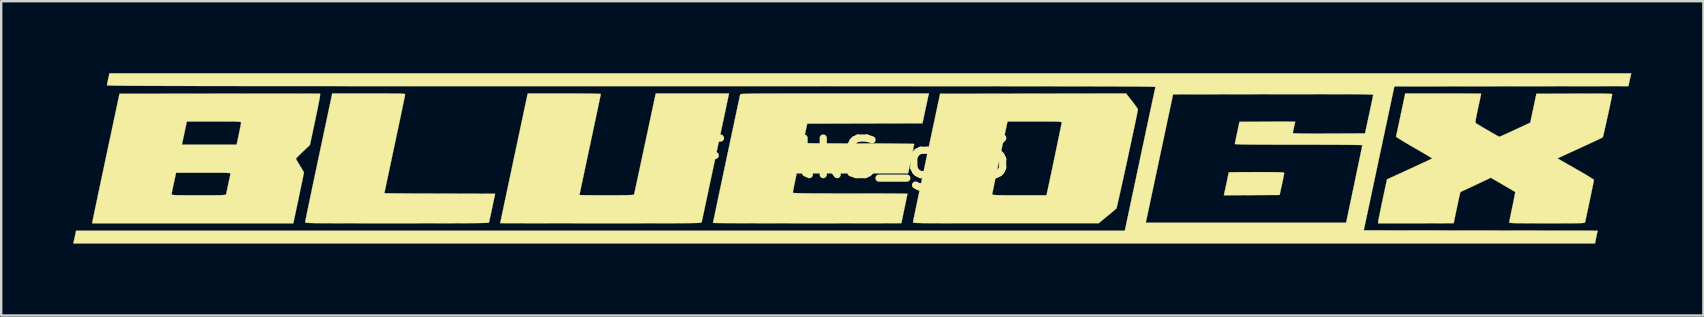
<source format=kicad_pcb>
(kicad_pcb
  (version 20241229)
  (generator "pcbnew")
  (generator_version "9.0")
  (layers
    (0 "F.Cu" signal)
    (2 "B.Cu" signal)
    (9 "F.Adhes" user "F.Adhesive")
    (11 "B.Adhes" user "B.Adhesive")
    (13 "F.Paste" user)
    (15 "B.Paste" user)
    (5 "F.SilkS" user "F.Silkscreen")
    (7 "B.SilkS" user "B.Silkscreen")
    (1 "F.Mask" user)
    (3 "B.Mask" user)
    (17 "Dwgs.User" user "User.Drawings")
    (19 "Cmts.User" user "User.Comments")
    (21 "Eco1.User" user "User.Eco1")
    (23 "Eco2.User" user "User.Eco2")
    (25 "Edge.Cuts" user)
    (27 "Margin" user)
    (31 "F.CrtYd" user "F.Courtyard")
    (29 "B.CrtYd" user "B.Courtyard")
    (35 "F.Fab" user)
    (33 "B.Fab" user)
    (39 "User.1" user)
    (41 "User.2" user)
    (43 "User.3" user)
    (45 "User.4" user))
  (footprint "F.SilkS_g33"
    (layer "F.Cu")
    (at 32.446 3.536)
    (property "Reference" "F.SilkS_g33" (at 0 0 0) (layer "F.SilkS") (effects (font (size 1.524 1.524) (thickness 0.3))))
    (attr through_hole)
    (fp_poly (pts (xy 17.126 0.584) (xy 17.352 0.585) (xy 17.536 0.586) (xy 17.682 0.587) (xy 17.795 0.589) (xy 17.878 0.593) (xy 17.936 0.597) (xy 17.974 0.603) (xy 17.996 0.61) (xy 18.005 0.619) (xy 18.007 0.629) (xy 18.001 0.667) (xy 17.987 0.746) (xy 17.964 0.857) (xy 17.936 0.99) (xy 17.911 1.105) (xy 17.817 1.537) (xy 16.655 1.543) (xy 15.493 1.55) (xy 15.506 1.493) (xy 15.519 1.435) (xy 15.539 1.344) (xy 15.563 1.23) (xy 15.591 1.103) (xy 15.619 0.973) (xy 15.645 0.848) (xy 15.668 0.738) (xy 15.686 0.654) (xy 15.696 0.604) (xy 15.697 0.595) (xy 15.722 0.593) (xy 15.792 0.591) (xy 15.903 0.589) (xy 16.05 0.587) (xy 16.227 0.586) (xy 16.43 0.585) (xy 16.654 0.584) (xy 16.853 0.584) (xy 17.126 0.584)) (stroke (width 0.01) (type solid)) (fill yes) (layer "F.SilkS"))
    (fp_poly (pts (xy -19.821 -2.692) (xy -19.552 -2.692) (xy -19.326 -2.691) (xy -19.14 -2.69) (xy -18.989 -2.689) (xy -18.87 -2.687) (xy -18.78 -2.684) (xy -18.714 -2.68) (xy -18.669 -2.675) (xy -18.64 -2.669) (xy -18.625 -2.662) (xy -18.619 -2.653) (xy -18.618 -2.648) (xy -18.623 -2.617) (xy -18.639 -2.54) (xy -18.663 -2.42) (xy -18.695 -2.263) (xy -18.735 -2.071) (xy -18.781 -1.848) (xy -18.834 -1.598) (xy -18.891 -1.326) (xy -18.953 -1.033) (xy -19.018 -0.726) (xy -19.05 -0.576) (xy -19.117 -0.263) (xy -19.18 0.035) (xy -19.24 0.315) (xy -19.294 0.574) (xy -19.344 0.806) (xy -19.387 1.01) (xy -19.423 1.18) (xy -19.451 1.313) (xy -19.47 1.407) (xy -19.481 1.455) (xy -19.482 1.462) (xy -19.457 1.464) (xy -19.385 1.466) (xy -19.269 1.467) (xy -19.113 1.469) (xy -18.921 1.471) (xy -18.696 1.472) (xy -18.441 1.474) (xy -18.161 1.476) (xy -17.858 1.477) (xy -17.536 1.478) (xy -17.2 1.479) (xy -17.175 1.479) (xy -14.867 1.486) (xy -14.99 2.07) (xy -15.025 2.237) (xy -15.058 2.388) (xy -15.086 2.515) (xy -15.107 2.613) (xy -15.121 2.672) (xy -15.125 2.686) (xy -15.136 2.69) (xy -15.166 2.695) (xy -15.219 2.698) (xy -15.295 2.701) (xy -15.397 2.704) (xy -15.527 2.707) (xy -15.686 2.709) (xy -15.878 2.711) (xy -16.103 2.713) (xy -16.365 2.714) (xy -16.665 2.715) (xy -17.004 2.716) (xy -17.386 2.717) (xy -17.812 2.717) (xy -18.283 2.718) (xy -18.804 2.718) (xy -18.96 2.718) (xy -19.476 2.718) (xy -19.943 2.718) (xy -20.364 2.718) (xy -20.742 2.717) (xy -21.078 2.717) (xy -21.375 2.716) (xy -21.636 2.715) (xy -21.862 2.714) (xy -22.057 2.713) (xy -22.223 2.711) (xy -22.361 2.71) (xy -22.475 2.707) (xy -22.566 2.705) (xy -22.638 2.702) (xy -22.692 2.698) (xy -22.731 2.695) (xy -22.758 2.69) (xy -22.774 2.685) (xy -22.782 2.68) (xy -22.784 2.674) (xy -22.784 2.673) (xy -22.779 2.643) (xy -22.764 2.566) (xy -22.739 2.446) (xy -22.707 2.286) (xy -22.666 2.09) (xy -22.618 1.861) (xy -22.564 1.601) (xy -22.504 1.315) (xy -22.439 1.005) (xy -22.369 0.676) (xy -22.296 0.329) (xy -22.22 -0.031) (xy -22.22 -0.032) (xy -21.655 -2.692) (xy -20.137 -2.692) (xy -19.821 -2.692)) (stroke (width 0.01) (type solid)) (fill yes) (layer "F.SilkS"))
    (fp_poly (pts (xy 11.665 -2.377) (xy 11.75 -2.267) (xy 11.822 -2.17) (xy 11.876 -2.093) (xy 11.907 -2.043) (xy 11.913 -2.03) (xy 11.907 -1.994) (xy 11.892 -1.913) (xy 11.868 -1.792) (xy 11.836 -1.636) (xy 11.797 -1.449) (xy 11.752 -1.236) (xy 11.702 -1.001) (xy 11.648 -0.748) (xy 11.591 -0.482) (xy 11.532 -0.209) (xy 11.472 0.069) (xy 11.412 0.347) (xy 11.352 0.619) (xy 11.295 0.882) (xy 11.24 1.13) (xy 11.189 1.36) (xy 11.142 1.567) (xy 11.102 1.747) (xy 11.068 1.894) (xy 11.042 2.006) (xy 11.024 2.076) (xy 11.016 2.1) (xy 10.987 2.125) (xy 10.926 2.177) (xy 10.84 2.25) (xy 10.734 2.337) (xy 10.63 2.423) (xy 10.274 2.717) (xy 6.407 2.717) (xy 5.889 2.717) (xy 5.418 2.717) (xy 4.994 2.717) (xy 4.614 2.717) (xy 4.275 2.717) (xy 3.975 2.716) (xy 3.711 2.715) (xy 3.482 2.714) (xy 3.284 2.713) (xy 3.116 2.711) (xy 2.976 2.71) (xy 2.86 2.707) (xy 2.766 2.705) (xy 2.693 2.702) (xy 2.637 2.699) (xy 2.597 2.695) (xy 2.569 2.691) (xy 2.552 2.686) (xy 2.544 2.681) (xy 2.541 2.675) (xy 2.541 2.673) (xy 2.546 2.643) (xy 2.561 2.566) (xy 2.586 2.446) (xy 2.619 2.287) (xy 2.66 2.09) (xy 2.708 1.861) (xy 2.762 1.601) (xy 2.782 1.508) (xy 5.842 1.508) (xy 5.846 1.518) (xy 5.859 1.526) (xy 5.888 1.533) (xy 5.934 1.538) (xy 6.004 1.542) (xy 6.102 1.545) (xy 6.231 1.547) (xy 6.396 1.548) (xy 6.602 1.549) (xy 6.852 1.549) (xy 6.972 1.549) (xy 8.102 1.549) (xy 8.115 1.492) (xy 8.132 1.418) (xy 8.156 1.304) (xy 8.188 1.157) (xy 8.226 0.981) (xy 8.268 0.783) (xy 8.314 0.566) (xy 8.362 0.338) (xy 8.411 0.102) (xy 8.461 -0.136) (xy 8.51 -0.37) (xy 8.557 -0.596) (xy 8.601 -0.807) (xy 8.641 -0.998) (xy 8.675 -1.165) (xy 8.703 -1.302) (xy 8.723 -1.404) (xy 8.735 -1.464) (xy 8.738 -1.48) (xy 8.735 -1.49) (xy 8.724 -1.499) (xy 8.702 -1.506) (xy 8.662 -1.512) (xy 8.601 -1.516) (xy 8.515 -1.519) (xy 8.399 -1.521) (xy 8.248 -1.523) (xy 8.059 -1.524) (xy 7.828 -1.524) (xy 7.61 -1.524) (xy 6.483 -1.524) (xy 6.468 -1.467) (xy 6.456 -1.414) (xy 6.435 -1.319) (xy 6.407 -1.188) (xy 6.372 -1.026) (xy 6.332 -0.838) (xy 6.287 -0.63) (xy 6.24 -0.407) (xy 6.191 -0.175) (xy 6.141 0.062) (xy 6.091 0.298) (xy 6.043 0.527) (xy 5.998 0.745) (xy 5.956 0.946) (xy 5.919 1.124) (xy 5.888 1.275) (xy 5.864 1.392) (xy 5.848 1.471) (xy 5.842 1.507) (xy 5.842 1.508) (xy 2.782 1.508) (xy 2.822 1.315) (xy 2.888 1.006) (xy 2.957 0.676) (xy 3.031 0.33) (xy 3.106 -0.025) (xy 3.671 -2.68) (xy 11.418 -2.693) (xy 11.665 -2.377)) (stroke (width 0.01) (type solid)) (fill yes) (layer "F.SilkS"))
    (fp_poly (pts (xy -23.873 -2.688) (xy -23.538 -2.688) (xy -23.234 -2.688) (xy -22.962 -2.687) (xy -22.725 -2.687) (xy -22.525 -2.686) (xy -22.367 -2.685) (xy -22.251 -2.684) (xy -22.181 -2.683) (xy -22.159 -2.682) (xy -22.157 -2.655) (xy -22.166 -2.578) (xy -22.187 -2.454) (xy -22.219 -2.283) (xy -22.262 -2.066) (xy -22.316 -1.804) (xy -22.357 -1.609) (xy -22.583 -0.546) (xy -22.874 -0.271) (xy -22.973 -0.175) (xy -23.058 -0.091) (xy -23.122 -0.025) (xy -23.158 0.017) (xy -23.165 0.028) (xy -23.152 0.058) (xy -23.117 0.121) (xy -23.065 0.208) (xy -23.002 0.311) (xy -23 0.315) (xy -22.936 0.418) (xy -22.884 0.506) (xy -22.848 0.569) (xy -22.834 0.6) (xy -22.834 0.6) (xy -22.839 0.629) (xy -22.853 0.702) (xy -22.876 0.815) (xy -22.906 0.961) (xy -22.942 1.136) (xy -22.984 1.334) (xy -23.029 1.55) (xy -23.054 1.67) (xy -23.276 2.718) (xy -31.654 2.718) (xy -31.637 2.61) (xy -31.63 2.571) (xy -31.612 2.485) (xy -31.586 2.357) (xy -31.551 2.189) (xy -31.508 1.985) (xy -31.458 1.749) (xy -31.407 1.506) (xy -28.346 1.506) (xy -28.344 1.516) (xy -28.332 1.525) (xy -28.307 1.532) (xy -28.266 1.537) (xy -28.202 1.542) (xy -28.112 1.545) (xy -27.992 1.547) (xy -27.837 1.548) (xy -27.643 1.549) (xy -27.406 1.549) (xy -27.218 1.549) (xy -26.948 1.549) (xy -26.725 1.549) (xy -26.544 1.548) (xy -26.401 1.546) (xy -26.29 1.544) (xy -26.208 1.54) (xy -26.151 1.536) (xy -26.113 1.53) (xy -26.091 1.522) (xy -26.08 1.513) (xy -26.077 1.505) (xy -26.067 1.465) (xy -26.05 1.386) (xy -26.026 1.277) (xy -25.999 1.147) (xy -25.985 1.079) (xy -25.956 0.944) (xy -25.93 0.823) (xy -25.909 0.728) (xy -25.896 0.668) (xy -25.892 0.654) (xy -25.891 0.644) (xy -25.899 0.635) (xy -25.919 0.628) (xy -25.956 0.622) (xy -26.014 0.618) (xy -26.097 0.615) (xy -26.21 0.612) (xy -26.357 0.611) (xy -26.543 0.61) (xy -26.77 0.61) (xy -27.02 0.61) (xy -28.16 0.61) (xy -28.253 1.036) (xy -28.284 1.179) (xy -28.31 1.307) (xy -28.331 1.411) (xy -28.343 1.481) (xy -28.346 1.506) (xy -31.407 1.506) (xy -31.402 1.484) (xy -31.341 1.193) (xy -31.275 0.88) (xy -31.204 0.548) (xy -31.131 0.201) (xy -31.069 -0.089) (xy -30.969 -0.559) (xy -27.92 -0.559) (xy -25.638 -0.559) (xy -25.544 -0.999) (xy -25.514 -1.145) (xy -25.488 -1.275) (xy -25.467 -1.381) (xy -25.454 -1.453) (xy -25.451 -1.482) (xy -25.454 -1.492) (xy -25.467 -1.5) (xy -25.494 -1.507) (xy -25.539 -1.512) (xy -25.606 -1.517) (xy -25.701 -1.52) (xy -25.826 -1.522) (xy -25.987 -1.523) (xy -26.188 -1.524) (xy -26.433 -1.524) (xy -26.581 -1.524) (xy -27.71 -1.524) (xy -27.724 -1.467) (xy -27.733 -1.422) (xy -27.751 -1.339) (xy -27.775 -1.226) (xy -27.803 -1.096) (xy -27.814 -1.041) (xy -27.843 -0.907) (xy -27.868 -0.786) (xy -27.889 -0.689) (xy -27.903 -0.628) (xy -27.906 -0.616) (xy -27.92 -0.559) (xy -30.969 -0.559) (xy -30.518 -2.68) (xy -26.352 -2.686) (xy -25.896 -2.687) (xy -25.453 -2.687) (xy -25.027 -2.688) (xy -24.62 -2.688) (xy -24.234 -2.688) (xy -23.873 -2.688)) (stroke (width 0.01) (type solid)) (fill yes) (layer "F.SilkS"))
    (fp_poly (pts (xy -11.712 -2.692) (xy -11.453 -2.691) (xy -11.216 -2.689) (xy -11.003 -2.687) (xy -10.82 -2.685) (xy -10.67 -2.681) (xy -10.558 -2.678) (xy -10.488 -2.674) (xy -10.465 -2.67) (xy -10.47 -2.643) (xy -10.485 -2.569) (xy -10.509 -2.453) (xy -10.541 -2.299) (xy -10.581 -2.109) (xy -10.628 -1.888) (xy -10.68 -1.64) (xy -10.738 -1.367) (xy -10.8 -1.075) (xy -10.866 -0.766) (xy -10.909 -0.562) (xy -10.977 -0.245) (xy -11.041 0.058) (xy -11.102 0.343) (xy -11.158 0.607) (xy -11.208 0.844) (xy -11.253 1.053) (xy -11.29 1.229) (xy -11.319 1.369) (xy -11.34 1.469) (xy -11.352 1.525) (xy -11.354 1.536) (xy -11.329 1.539) (xy -11.259 1.542) (xy -11.148 1.544) (xy -11.002 1.546) (xy -10.825 1.547) (xy -10.623 1.549) (xy -10.401 1.549) (xy -10.223 1.549) (xy -9.941 1.549) (xy -9.706 1.548) (xy -9.515 1.546) (xy -9.364 1.544) (xy -9.249 1.54) (xy -9.166 1.536) (xy -9.113 1.53) (xy -9.086 1.523) (xy -9.08 1.518) (xy -9.073 1.488) (xy -9.056 1.413) (xy -9.03 1.296) (xy -8.996 1.14) (xy -8.955 0.95) (xy -8.908 0.728) (xy -8.854 0.48) (xy -8.796 0.208) (xy -8.734 -0.083) (xy -8.668 -0.391) (xy -8.635 -0.546) (xy -8.568 -0.86) (xy -8.504 -1.161) (xy -8.443 -1.445) (xy -8.387 -1.708) (xy -8.336 -1.945) (xy -8.292 -2.154) (xy -8.254 -2.33) (xy -8.224 -2.47) (xy -8.202 -2.57) (xy -8.19 -2.625) (xy -8.188 -2.635) (xy -8.173 -2.692) (xy -5.124 -2.692) (xy -5.141 -2.61) (xy -5.152 -2.557) (xy -5.172 -2.46) (xy -5.201 -2.324) (xy -5.237 -2.151) (xy -5.28 -1.948) (xy -5.329 -1.716) (xy -5.383 -1.461) (xy -5.442 -1.185) (xy -5.503 -0.894) (xy -5.568 -0.592) (xy -5.634 -0.281) (xy -5.7 0.034) (xy -5.767 0.348) (xy -5.833 0.659) (xy -5.898 0.961) (xy -5.96 1.252) (xy -6.018 1.526) (xy -6.072 1.78) (xy -6.121 2.011) (xy -6.165 2.214) (xy -6.201 2.384) (xy -6.23 2.519) (xy -6.251 2.614) (xy -6.262 2.665) (xy -6.264 2.673) (xy -6.268 2.679) (xy -6.276 2.684) (xy -6.292 2.689) (xy -6.318 2.693) (xy -6.356 2.697) (xy -6.408 2.701) (xy -6.476 2.704) (xy -6.564 2.706) (xy -6.672 2.708) (xy -6.804 2.71) (xy -6.961 2.712) (xy -7.147 2.714) (xy -7.362 2.715) (xy -7.61 2.716) (xy -7.893 2.716) (xy -8.213 2.717) (xy -8.572 2.717) (xy -8.973 2.718) (xy -9.418 2.718) (xy -9.908 2.718) (xy -10.448 2.718) (xy -10.467 2.718) (xy -10.924 2.718) (xy -11.367 2.718) (xy -11.794 2.717) (xy -12.201 2.717) (xy -12.586 2.717) (xy -12.947 2.716) (xy -13.281 2.716) (xy -13.585 2.715) (xy -13.857 2.714) (xy -14.093 2.713) (xy -14.292 2.713) (xy -14.45 2.712) (xy -14.565 2.711) (xy -14.635 2.71) (xy -14.656 2.709) (xy -14.651 2.683) (xy -14.636 2.612) (xy -14.612 2.499) (xy -14.58 2.348) (xy -14.541 2.163) (xy -14.496 1.948) (xy -14.445 1.707) (xy -14.389 1.444) (xy -14.33 1.163) (xy -14.267 0.867) (xy -14.202 0.562) (xy -14.136 0.25) (xy -14.07 -0.064) (xy -14.003 -0.376) (xy -13.938 -0.683) (xy -13.875 -0.98) (xy -13.815 -1.264) (xy -13.758 -1.53) (xy -13.706 -1.775) (xy -13.659 -1.994) (xy -13.619 -2.185) (xy -13.585 -2.342) (xy -13.56 -2.461) (xy -13.543 -2.54) (xy -13.536 -2.572) (xy -13.508 -2.692) (xy -11.986 -2.692) (xy -11.712 -2.692)) (stroke (width 0.01) (type solid)) (fill yes) (layer "F.SilkS"))
    (fp_poly (pts (xy 3.192 -2.637) (xy 3.182 -2.596) (xy 3.164 -2.514) (xy 3.139 -2.398) (xy 3.109 -2.256) (xy 3.074 -2.096) (xy 3.057 -2.014) (xy 2.937 -1.448) (xy 0.537 -1.442) (xy -1.864 -1.435) (xy -1.947 -1.054) (xy -1.976 -0.92) (xy -2.001 -0.802) (xy -2.019 -0.71) (xy -2.029 -0.654) (xy -2.031 -0.641) (xy -2.022 -0.636) (xy -1.992 -0.631) (xy -1.939 -0.626) (xy -1.86 -0.623) (xy -1.753 -0.619) (xy -1.615 -0.617) (xy -1.443 -0.615) (xy -1.236 -0.613) (xy -0.989 -0.612) (xy -0.701 -0.611) (xy -0.37 -0.61) (xy 0.009 -0.61) (xy 0.279 -0.61) (xy 0.617 -0.609) (xy 0.94 -0.609) (xy 1.245 -0.608) (xy 1.527 -0.606) (xy 1.784 -0.604) (xy 2.012 -0.602) (xy 2.208 -0.6) (xy 2.367 -0.597) (xy 2.486 -0.594) (xy 2.562 -0.591) (xy 2.591 -0.588) (xy 2.591 -0.588) (xy 2.586 -0.559) (xy 2.572 -0.49) (xy 2.551 -0.387) (xy 2.526 -0.261) (xy 2.496 -0.118) (xy 2.465 0.031) (xy 2.434 0.179) (xy 2.405 0.317) (xy 2.38 0.436) (xy 2.36 0.529) (xy 2.349 0.578) (xy 2.336 0.635) (xy -2.304 0.635) (xy -2.384 1.022) (xy -2.412 1.158) (xy -2.435 1.277) (xy -2.453 1.37) (xy -2.463 1.428) (xy -2.464 1.441) (xy -2.455 1.447) (xy -2.425 1.452) (xy -2.372 1.456) (xy -2.293 1.46) (xy -2.186 1.463) (xy -2.048 1.466) (xy -1.877 1.468) (xy -1.671 1.47) (xy -1.426 1.471) (xy -1.139 1.472) (xy -0.81 1.473) (xy -0.434 1.473) (xy -0.076 1.473) (xy 0.267 1.473) (xy 0.596 1.474) (xy 0.906 1.474) (xy 1.195 1.475) (xy 1.458 1.476) (xy 1.693 1.477) (xy 1.895 1.479) (xy 2.061 1.48) (xy 2.188 1.482) (xy 2.272 1.484) (xy 2.31 1.485) (xy 2.311 1.486) (xy 2.306 1.513) (xy 2.292 1.583) (xy 2.27 1.689) (xy 2.242 1.824) (xy 2.21 1.981) (xy 2.184 2.101) (xy 2.149 2.268) (xy 2.118 2.418) (xy 2.091 2.544) (xy 2.072 2.639) (xy 2.06 2.696) (xy 2.057 2.71) (xy 2.032 2.711) (xy 1.959 2.712) (xy 1.841 2.713) (xy 1.68 2.713) (xy 1.479 2.714) (xy 1.241 2.715) (xy 0.969 2.715) (xy 0.665 2.716) (xy 0.332 2.716) (xy -0.027 2.717) (xy -0.409 2.717) (xy -0.812 2.718) (xy -1.233 2.718) (xy -1.67 2.718) (xy -1.867 2.718) (xy -2.309 2.718) (xy -2.737 2.717) (xy -3.149 2.717) (xy -3.541 2.716) (xy -3.911 2.715) (xy -4.255 2.714) (xy -4.572 2.713) (xy -4.859 2.712) (xy -5.112 2.71) (xy -5.33 2.709) (xy -5.509 2.707) (xy -5.646 2.705) (xy -5.74 2.703) (xy -5.786 2.701) (xy -5.791 2.7) (xy -5.786 2.673) (xy -5.771 2.601) (xy -5.747 2.486) (xy -5.715 2.334) (xy -5.676 2.148) (xy -5.631 1.932) (xy -5.58 1.689) (xy -5.524 1.425) (xy -5.464 1.142) (xy -5.401 0.845) (xy -5.336 0.538) (xy -5.27 0.224) (xy -5.203 -0.092) (xy -5.136 -0.407) (xy -5.071 -0.716) (xy -5.007 -1.016) (xy -4.946 -1.303) (xy -4.889 -1.572) (xy -4.836 -1.821) (xy -4.788 -2.044) (xy -4.747 -2.238) (xy -4.712 -2.399) (xy -4.685 -2.524) (xy -4.667 -2.607) (xy -4.658 -2.646) (xy -4.658 -2.648) (xy -4.654 -2.654) (xy -4.645 -2.659) (xy -4.629 -2.664) (xy -4.603 -2.668) (xy -4.564 -2.672) (xy -4.511 -2.676) (xy -4.44 -2.679) (xy -4.351 -2.681) (xy -4.24 -2.684) (xy -4.104 -2.686) (xy -3.942 -2.687) (xy -3.752 -2.689) (xy -3.53 -2.69) (xy -3.275 -2.691) (xy -2.984 -2.691) (xy -2.655 -2.692) (xy -2.285 -2.692) (xy -1.873 -2.692) (xy -1.415 -2.692) (xy -0.909 -2.692) (xy -0.719 -2.692) (xy 3.206 -2.692) (xy 3.192 -2.637)) (stroke (width 0.01) (type solid)) (fill yes) (layer "F.SilkS"))
    (fp_poly (pts (xy 24.909 -2.692) (xy 25.171 -2.692) (xy 25.414 -2.691) (xy 25.633 -2.69) (xy 25.823 -2.689) (xy 25.98 -2.688) (xy 26.1 -2.686) (xy 26.179 -2.685) (xy 26.212 -2.683) (xy 26.213 -2.683) (xy 26.208 -2.657) (xy 26.193 -2.588) (xy 26.171 -2.483) (xy 26.142 -2.349) (xy 26.109 -2.194) (xy 26.085 -2.082) (xy 26.043 -1.889) (xy 26.013 -1.74) (xy 25.992 -1.629) (xy 25.981 -1.551) (xy 25.978 -1.5) (xy 25.983 -1.471) (xy 25.989 -1.461) (xy 26.023 -1.437) (xy 26.092 -1.394) (xy 26.187 -1.336) (xy 26.301 -1.268) (xy 26.426 -1.194) (xy 26.555 -1.12) (xy 26.679 -1.048) (xy 26.79 -0.985) (xy 26.882 -0.934) (xy 26.945 -0.901) (xy 26.972 -0.889) (xy 27.001 -0.899) (xy 27.069 -0.928) (xy 27.171 -0.974) (xy 27.301 -1.032) (xy 27.452 -1.101) (xy 27.617 -1.178) (xy 27.627 -1.182) (xy 28.258 -1.476) (xy 28.514 -2.68) (xy 30.094 -2.686) (xy 30.428 -2.687) (xy 30.715 -2.688) (xy 30.957 -2.688) (xy 31.157 -2.687) (xy 31.32 -2.686) (xy 31.448 -2.683) (xy 31.543 -2.68) (xy 31.61 -2.676) (xy 31.652 -2.67) (xy 31.671 -2.664) (xy 31.673 -2.661) (xy 31.667 -2.621) (xy 31.652 -2.539) (xy 31.629 -2.424) (xy 31.599 -2.282) (xy 31.565 -2.119) (xy 31.527 -1.942) (xy 31.487 -1.759) (xy 31.446 -1.576) (xy 31.407 -1.4) (xy 31.37 -1.238) (xy 31.338 -1.097) (xy 31.31 -0.983) (xy 31.29 -0.904) (xy 31.279 -0.867) (xy 31.278 -0.865) (xy 31.25 -0.849) (xy 31.182 -0.816) (xy 31.077 -0.765) (xy 30.941 -0.701) (xy 30.779 -0.626) (xy 30.596 -0.541) (xy 30.397 -0.45) (xy 30.328 -0.418) (xy 30.125 -0.325) (xy 29.938 -0.239) (xy 29.771 -0.163) (xy 29.628 -0.097) (xy 29.516 -0.045) (xy 29.437 -0.009) (xy 29.399 0.009) (xy 29.395 0.01) (xy 29.415 0.023) (xy 29.475 0.059) (xy 29.568 0.113) (xy 29.691 0.183) (xy 29.838 0.268) (xy 30.004 0.362) (xy 30.15 0.445) (xy 30.329 0.548) (xy 30.493 0.643) (xy 30.637 0.728) (xy 30.755 0.801) (xy 30.844 0.857) (xy 30.897 0.894) (xy 30.911 0.908) (xy 30.906 0.939) (xy 30.892 1.013) (xy 30.87 1.122) (xy 30.842 1.26) (xy 30.809 1.419) (xy 30.773 1.593) (xy 30.735 1.775) (xy 30.697 1.957) (xy 30.66 2.133) (xy 30.625 2.296) (xy 30.594 2.439) (xy 30.569 2.554) (xy 30.551 2.634) (xy 30.541 2.673) (xy 30.536 2.682) (xy 30.524 2.69) (xy 30.501 2.697) (xy 30.464 2.702) (xy 30.409 2.707) (xy 30.332 2.71) (xy 30.23 2.713) (xy 30.098 2.715) (xy 29.933 2.716) (xy 29.731 2.717) (xy 29.489 2.718) (xy 29.203 2.718) (xy 28.954 2.718) (xy 28.62 2.718) (xy 28.333 2.717) (xy 28.091 2.716) (xy 27.89 2.714) (xy 27.728 2.712) (xy 27.601 2.709) (xy 27.506 2.705) (xy 27.44 2.7) (xy 27.4 2.695) (xy 27.382 2.689) (xy 27.381 2.686) (xy 27.386 2.653) (xy 27.4 2.578) (xy 27.422 2.467) (xy 27.45 2.328) (xy 27.483 2.168) (xy 27.511 2.037) (xy 27.546 1.867) (xy 27.577 1.715) (xy 27.602 1.586) (xy 27.621 1.488) (xy 27.63 1.428) (xy 27.632 1.411) (xy 27.608 1.397) (xy 27.547 1.361) (xy 27.454 1.306) (xy 27.337 1.237) (xy 27.2 1.158) (xy 27.119 1.111) (xy 26.616 0.818) (xy 26.027 1.097) (xy 25.865 1.174) (xy 25.717 1.243) (xy 25.589 1.303) (xy 25.488 1.349) (xy 25.42 1.379) (xy 25.394 1.39) (xy 25.35 1.422) (xy 25.338 1.444) (xy 25.33 1.477) (xy 25.314 1.55) (xy 25.291 1.656) (xy 25.263 1.786) (xy 25.232 1.931) (xy 25.2 2.085) (xy 25.167 2.238) (xy 25.137 2.382) (xy 25.11 2.51) (xy 25.089 2.613) (xy 25.075 2.682) (xy 25.07 2.71) (xy 25.07 2.71) (xy 25.045 2.711) (xy 24.974 2.713) (xy 24.861 2.714) (xy 24.709 2.715) (xy 24.525 2.716) (xy 24.311 2.717) (xy 24.072 2.717) (xy 23.813 2.718) (xy 23.537 2.718) (xy 23.495 2.718) (xy 21.92 2.718) (xy 21.921 2.661) (xy 21.926 2.623) (xy 21.941 2.542) (xy 21.964 2.423) (xy 21.995 2.274) (xy 22.031 2.099) (xy 22.071 1.905) (xy 22.105 1.745) (xy 22.289 0.887) (xy 23.226 0.457) (xy 23.429 0.363) (xy 23.618 0.276) (xy 23.787 0.198) (xy 23.932 0.131) (xy 24.047 0.077) (xy 24.128 0.039) (xy 24.169 0.018) (xy 24.173 0.016) (xy 24.155 0.001) (xy 24.097 -0.035) (xy 24.004 -0.091) (xy 23.883 -0.163) (xy 23.736 -0.249) (xy 23.571 -0.345) (xy 23.419 -0.432) (xy 23.232 -0.539) (xy 23.065 -0.638) (xy 22.921 -0.725) (xy 22.805 -0.797) (xy 22.721 -0.852) (xy 22.673 -0.887) (xy 22.665 -0.898) (xy 22.672 -0.929) (xy 22.689 -1.004) (xy 22.714 -1.116) (xy 22.745 -1.261) (xy 22.782 -1.433) (xy 22.823 -1.625) (xy 22.862 -1.81) (xy 23.048 -2.692) (xy 24.63 -2.692) (xy 24.909 -2.692)) (stroke (width 0.01) (type solid)) (fill yes) (layer "F.SilkS"))
    (fp_poly (pts (xy 32.452 -3.473) (xy 32.44 -3.422) (xy 32.421 -3.338) (xy 32.399 -3.235) (xy 32.393 -3.207) (xy 32.349 -2.997) (xy 22.596 -2.985) (xy 21.322 3.01) (xy 26.196 3.016) (xy 31.07 3.023) (xy 31.055 3.08) (xy 31.043 3.131) (xy 31.024 3.216) (xy 31.003 3.318) (xy 30.998 3.346) (xy 30.956 3.556) (xy -32.441 3.556) (xy -32.428 3.499) (xy -32.416 3.448) (xy -32.398 3.363) (xy -32.376 3.261) (xy -32.37 3.232) (xy -32.326 3.023) (xy 11.367 3.023) (xy 11.437 2.692) (xy 12.239 2.692) (xy 20.587 2.692) (xy 20.925 1.086) (xy 20.983 0.808) (xy 21.038 0.544) (xy 21.089 0.3) (xy 21.135 0.078) (xy 21.176 -0.116) (xy 21.209 -0.279) (xy 21.235 -0.406) (xy 21.253 -0.493) (xy 21.261 -0.536) (xy 21.261 -0.54) (xy 21.236 -0.542) (xy 21.164 -0.545) (xy 21.047 -0.547) (xy 20.889 -0.549) (xy 20.695 -0.551) (xy 20.465 -0.553) (xy 20.206 -0.555) (xy 19.918 -0.556) (xy 19.607 -0.557) (xy 19.274 -0.558) (xy 18.924 -0.559) (xy 18.605 -0.559) (xy 18.165 -0.559) (xy 17.772 -0.559) (xy 17.426 -0.56) (xy 17.123 -0.561) (xy 16.861 -0.562) (xy 16.638 -0.564) (xy 16.451 -0.566) (xy 16.298 -0.568) (xy 16.177 -0.571) (xy 16.084 -0.574) (xy 16.018 -0.578) (xy 15.975 -0.583) (xy 15.955 -0.587) (xy 15.952 -0.591) (xy 15.957 -0.625) (xy 15.972 -0.7) (xy 15.994 -0.807) (xy 16.021 -0.939) (xy 16.048 -1.067) (xy 16.144 -1.511) (xy 17.305 -1.518) (xy 17.542 -1.519) (xy 17.763 -1.52) (xy 17.963 -1.52) (xy 18.136 -1.519) (xy 18.278 -1.518) (xy 18.384 -1.516) (xy 18.448 -1.515) (xy 18.466 -1.513) (xy 18.46 -1.484) (xy 18.446 -1.418) (xy 18.425 -1.327) (xy 18.415 -1.283) (xy 18.392 -1.182) (xy 18.375 -1.1) (xy 18.365 -1.049) (xy 18.364 -1.04) (xy 18.389 -1.035) (xy 18.464 -1.03) (xy 18.586 -1.027) (xy 18.754 -1.024) (xy 18.967 -1.022) (xy 19.223 -1.021) (xy 19.521 -1.021) (xy 19.858 -1.022) (xy 19.869 -1.022) (xy 21.373 -1.029) (xy 21.544 -1.816) (xy 21.585 -2.01) (xy 21.624 -2.188) (xy 21.657 -2.345) (xy 21.684 -2.475) (xy 21.703 -2.57) (xy 21.714 -2.625) (xy 21.715 -2.635) (xy 21.707 -2.64) (xy 21.679 -2.643) (xy 21.63 -2.647) (xy 21.558 -2.65) (xy 21.461 -2.653) (xy 21.336 -2.655) (xy 21.183 -2.657) (xy 20.999 -2.659) (xy 20.782 -2.66) (xy 20.531 -2.661) (xy 20.242 -2.662) (xy 19.915 -2.662) (xy 19.547 -2.663) (xy 19.136 -2.662) (xy 18.68 -2.662) (xy 18.178 -2.662) (xy 17.628 -2.661) (xy 17.547 -2.661) (xy 13.377 -2.654) (xy 12.826 -0.064) (xy 12.751 0.293) (xy 12.678 0.636) (xy 12.608 0.963) (xy 12.543 1.27) (xy 12.482 1.555) (xy 12.427 1.812) (xy 12.379 2.04) (xy 12.338 2.234) (xy 12.304 2.392) (xy 12.279 2.51) (xy 12.263 2.584) (xy 12.257 2.61) (xy 12.239 2.692) (xy 11.437 2.692) (xy 12 0.044) (xy 12.08 -0.337) (xy 12.159 -0.704) (xy 12.233 -1.055) (xy 12.304 -1.385) (xy 12.369 -1.693) (xy 12.43 -1.976) (xy 12.484 -2.229) (xy 12.531 -2.449) (xy 12.571 -2.635) (xy 12.603 -2.783) (xy 12.626 -2.889) (xy 12.64 -2.95) (xy 12.643 -2.965) (xy 12.635 -2.967) (xy 12.609 -2.969) (xy 12.565 -2.971) (xy 12.501 -2.973) (xy 12.416 -2.974) (xy 12.31 -2.976) (xy 12.182 -2.977) (xy 12.031 -2.979) (xy 11.856 -2.98) (xy 11.656 -2.981) (xy 11.43 -2.983) (xy 11.178 -2.984) (xy 10.899 -2.985) (xy 10.591 -2.986) (xy 10.255 -2.987) (xy 9.889 -2.988) (xy 9.491 -2.989) (xy 9.062 -2.99) (xy 8.601 -2.99) (xy 8.106 -2.991) (xy 7.578 -2.992) (xy 7.014 -2.992) (xy 6.414 -2.993) (xy 5.777 -2.994) (xy 5.103 -2.994) (xy 4.39 -2.995) (xy 3.638 -2.995) (xy 2.845 -2.995) (xy 2.012 -2.996) (xy 1.137 -2.996) (xy 0.218 -2.996) (xy -0.744 -2.996) (xy -1.75 -2.997) (xy -2.802 -2.997) (xy -3.9 -2.997) (xy -5.045 -2.997) (xy -6.238 -2.997) (xy -7.479 -2.997) (xy -8.771 -2.997) (xy -9.192 -2.997) (xy -10.472 -2.997) (xy -11.702 -2.997) (xy -12.883 -2.997) (xy -14.017 -2.997) (xy -15.103 -2.997) (xy -16.143 -2.998) (xy -17.138 -2.998) (xy -18.09 -2.998) (xy -18.998 -2.998) (xy -19.863 -2.998) (xy -20.688 -2.998) (xy -21.472 -2.999) (xy -22.217 -2.999) (xy -22.924 -2.999) (xy -23.593 -3) (xy -24.226 -3) (xy -24.823 -3.001) (xy -25.386 -3.001) (xy -25.915 -3.002) (xy -26.412 -3.002) (xy -26.877 -3.003) (xy -27.311 -3.004) (xy -27.716 -3.004) (xy -28.092 -3.005) (xy -28.44 -3.006) (xy -28.761 -3.007) (xy -29.056 -3.008) (xy -29.326 -3.009) (xy -29.572 -3.01) (xy -29.796 -3.011) (xy -29.997 -3.012) (xy -30.177 -3.014) (xy -30.337 -3.015) (xy -30.477 -3.016) (xy -30.6 -3.018) (xy -30.705 -3.019) (xy -30.794 -3.021) (xy -30.867 -3.023) (xy -30.926 -3.024) (xy -30.972 -3.026) (xy -31.005 -3.028) (xy -31.026 -3.03) (xy -31.037 -3.032) (xy -31.039 -3.034) (xy -31.034 -3.076) (xy -31.02 -3.151) (xy -31 -3.243) (xy -31 -3.243) (xy -30.979 -3.34) (xy -30.96 -3.423) (xy -30.949 -3.473) (xy -30.936 -3.531) (xy 32.467 -3.531) (xy 32.452 -3.473)) (stroke (width 0.01) (type solid)) (fill yes) (layer "F.SilkS")))
  (gr_rect
    (start -3 -3)
    (end 67.918 10.097)
    (stroke (width 0.1) (type default))
    (fill no)
    (layer "Edge.Cuts")))
</source>
